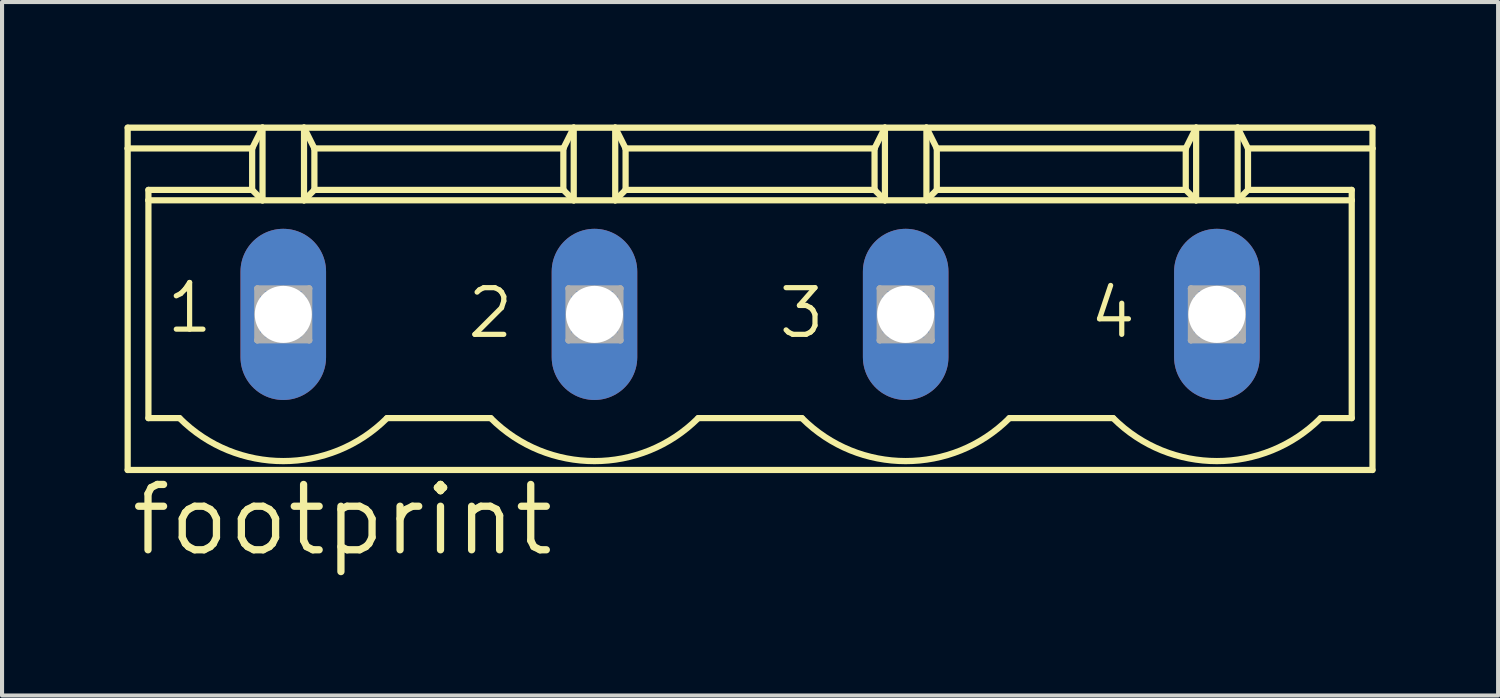
<source format=kicad_pcb>
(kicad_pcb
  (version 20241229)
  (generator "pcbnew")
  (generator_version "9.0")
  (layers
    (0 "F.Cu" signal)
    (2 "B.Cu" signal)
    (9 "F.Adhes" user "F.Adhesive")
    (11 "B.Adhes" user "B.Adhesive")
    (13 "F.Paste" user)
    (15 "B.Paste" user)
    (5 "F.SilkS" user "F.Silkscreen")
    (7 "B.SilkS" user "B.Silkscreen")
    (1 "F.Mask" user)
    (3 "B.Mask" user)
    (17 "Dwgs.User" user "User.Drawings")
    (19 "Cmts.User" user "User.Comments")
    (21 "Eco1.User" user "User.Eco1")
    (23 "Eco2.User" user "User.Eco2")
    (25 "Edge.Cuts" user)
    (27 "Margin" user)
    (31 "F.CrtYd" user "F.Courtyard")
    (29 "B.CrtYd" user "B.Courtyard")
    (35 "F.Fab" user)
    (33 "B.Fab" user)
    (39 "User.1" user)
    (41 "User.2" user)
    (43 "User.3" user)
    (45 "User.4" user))
  (footprint "footprint"
    (layer "F.Cu")
    (at 15.316 4.648)
    (property "Reference" "footprint" (at -15.24 5.969 0) (layer "F.SilkS") (effects (font (size 1.6 1.6) (thickness 0.178)) (justify left bottom)))
    (fp_line (start -15.24 -4.572) (end -11.938 -4.572) (stroke (width 0.152) (type solid)) (layer "F.SilkS"))
    (fp_line (start -15.24 -4.064) (end -15.24 -4.572) (stroke (width 0.152) (type solid)) (layer "F.SilkS"))
    (fp_line (start -15.24 -4.064) (end -12.192 -4.064) (stroke (width 0.152) (type solid)) (layer "F.SilkS"))
    (fp_line (start -15.24 3.81) (end -15.24 -4.064) (stroke (width 0.152) (type solid)) (layer "F.SilkS"))
    (fp_line (start -14.732 -3.048) (end -12.192 -3.048) (stroke (width 0.152) (type solid)) (layer "F.SilkS"))
    (fp_line (start -14.732 -2.794) (end -14.732 -3.048) (stroke (width 0.152) (type solid)) (layer "F.SilkS"))
    (fp_line (start -14.732 -2.794) (end -11.938 -2.794) (stroke (width 0.152) (type solid)) (layer "F.SilkS"))
    (fp_line (start -14.732 2.54) (end -14.732 -2.794) (stroke (width 0.152) (type solid)) (layer "F.SilkS"))
    (fp_line (start -13.97 2.54) (end -14.732 2.54) (stroke (width 0.152) (type solid)) (layer "F.SilkS"))
    (fp_line (start -12.192 -4.064) (end -11.938 -4.572) (stroke (width 0.152) (type solid)) (layer "F.SilkS"))
    (fp_line (start -12.192 -3.048) (end -12.192 -4.064) (stroke (width 0.152) (type solid)) (layer "F.SilkS"))
    (fp_line (start -12.192 -3.048) (end -11.938 -2.794) (stroke (width 0.152) (type solid)) (layer "F.SilkS"))
    (fp_line (start -11.938 -4.572) (end -10.922 -4.572) (stroke (width 0.152) (type solid)) (layer "F.SilkS"))
    (fp_line (start -11.938 -2.794) (end -11.938 -4.572) (stroke (width 0.152) (type solid)) (layer "F.SilkS"))
    (fp_line (start -11.938 -2.794) (end -10.922 -2.794) (stroke (width 0.152) (type solid)) (layer "F.SilkS"))
    (fp_line (start -10.922 -4.572) (end -10.668 -4.064) (stroke (width 0.152) (type solid)) (layer "F.SilkS"))
    (fp_line (start -10.922 -4.572) (end -4.318 -4.572) (stroke (width 0.152) (type solid)) (layer "F.SilkS"))
    (fp_line (start -10.922 -2.794) (end -10.922 -4.572) (stroke (width 0.152) (type solid)) (layer "F.SilkS"))
    (fp_line (start -10.922 -2.794) (end -4.318 -2.794) (stroke (width 0.152) (type solid)) (layer "F.SilkS"))
    (fp_line (start -10.668 -4.064) (end -10.668 -3.048) (stroke (width 0.152) (type solid)) (layer "F.SilkS"))
    (fp_line (start -10.668 -4.064) (end -4.572 -4.064) (stroke (width 0.152) (type solid)) (layer "F.SilkS"))
    (fp_line (start -10.668 -3.048) (end -10.922 -2.794) (stroke (width 0.152) (type solid)) (layer "F.SilkS"))
    (fp_line (start -6.35 2.54) (end -8.89 2.54) (stroke (width 0.152) (type solid)) (layer "F.SilkS"))
    (fp_line (start -4.572 -4.064) (end -4.572 -3.048) (stroke (width 0.152) (type solid)) (layer "F.SilkS"))
    (fp_line (start -4.572 -4.064) (end -4.318 -4.572) (stroke (width 0.152) (type solid)) (layer "F.SilkS"))
    (fp_line (start -4.572 -3.048) (end -10.668 -3.048) (stroke (width 0.152) (type solid)) (layer "F.SilkS"))
    (fp_line (start -4.572 -3.048) (end -4.318 -2.794) (stroke (width 0.152) (type solid)) (layer "F.SilkS"))
    (fp_line (start -4.318 -4.572) (end -3.302 -4.572) (stroke (width 0.152) (type solid)) (layer "F.SilkS"))
    (fp_line (start -4.318 -2.794) (end -4.318 -4.572) (stroke (width 0.152) (type solid)) (layer "F.SilkS"))
    (fp_line (start -4.318 -2.794) (end -3.302 -2.794) (stroke (width 0.152) (type solid)) (layer "F.SilkS"))
    (fp_line (start -3.302 -4.572) (end -3.048 -4.064) (stroke (width 0.152) (type solid)) (layer "F.SilkS"))
    (fp_line (start -3.302 -4.572) (end 3.302 -4.572) (stroke (width 0.152) (type solid)) (layer "F.SilkS"))
    (fp_line (start -3.302 -2.794) (end -3.302 -4.572) (stroke (width 0.152) (type solid)) (layer "F.SilkS"))
    (fp_line (start -3.302 -2.794) (end 3.302 -2.794) (stroke (width 0.152) (type solid)) (layer "F.SilkS"))
    (fp_line (start -3.048 -4.064) (end -3.048 -3.048) (stroke (width 0.152) (type solid)) (layer "F.SilkS"))
    (fp_line (start -3.048 -4.064) (end 3.048 -4.064) (stroke (width 0.152) (type solid)) (layer "F.SilkS"))
    (fp_line (start -3.048 -3.048) (end -3.302 -2.794) (stroke (width 0.152) (type solid)) (layer "F.SilkS"))
    (fp_line (start -3.048 -3.048) (end 3.048 -3.048) (stroke (width 0.152) (type solid)) (layer "F.SilkS"))
    (fp_line (start 1.27 2.54) (end -1.27 2.54) (stroke (width 0.152) (type solid)) (layer "F.SilkS"))
    (fp_line (start 3.048 -4.064) (end 3.302 -4.572) (stroke (width 0.152) (type solid)) (layer "F.SilkS"))
    (fp_line (start 3.048 -3.048) (end 3.048 -4.064) (stroke (width 0.152) (type solid)) (layer "F.SilkS"))
    (fp_line (start 3.048 -3.048) (end 3.302 -2.794) (stroke (width 0.152) (type solid)) (layer "F.SilkS"))
    (fp_line (start 3.302 -4.572) (end 4.318 -4.572) (stroke (width 0.152) (type solid)) (layer "F.SilkS"))
    (fp_line (start 3.302 -2.794) (end 3.302 -4.572) (stroke (width 0.152) (type solid)) (layer "F.SilkS"))
    (fp_line (start 3.302 -2.794) (end 4.318 -2.794) (stroke (width 0.152) (type solid)) (layer "F.SilkS"))
    (fp_line (start 4.318 -4.572) (end 4.572 -4.064) (stroke (width 0.152) (type solid)) (layer "F.SilkS"))
    (fp_line (start 4.318 -4.572) (end 10.922 -4.572) (stroke (width 0.152) (type solid)) (layer "F.SilkS"))
    (fp_line (start 4.318 -2.794) (end 4.318 -4.572) (stroke (width 0.152) (type solid)) (layer "F.SilkS"))
    (fp_line (start 4.318 -2.794) (end 10.922 -2.794) (stroke (width 0.152) (type solid)) (layer "F.SilkS"))
    (fp_line (start 4.572 -4.064) (end 4.572 -3.048) (stroke (width 0.152) (type solid)) (layer "F.SilkS"))
    (fp_line (start 4.572 -4.064) (end 10.668 -4.064) (stroke (width 0.152) (type solid)) (layer "F.SilkS"))
    (fp_line (start 4.572 -3.048) (end 4.318 -2.794) (stroke (width 0.152) (type solid)) (layer "F.SilkS"))
    (fp_line (start 8.89 2.54) (end 6.35 2.54) (stroke (width 0.152) (type solid)) (layer "F.SilkS"))
    (fp_line (start 10.668 -4.064) (end 10.668 -3.048) (stroke (width 0.152) (type solid)) (layer "F.SilkS"))
    (fp_line (start 10.668 -4.064) (end 10.922 -4.572) (stroke (width 0.152) (type solid)) (layer "F.SilkS"))
    (fp_line (start 10.668 -3.048) (end 4.572 -3.048) (stroke (width 0.152) (type solid)) (layer "F.SilkS"))
    (fp_line (start 10.668 -3.048) (end 10.922 -2.794) (stroke (width 0.152) (type solid)) (layer "F.SilkS"))
    (fp_line (start 10.922 -4.572) (end 11.938 -4.572) (stroke (width 0.152) (type solid)) (layer "F.SilkS"))
    (fp_line (start 10.922 -2.794) (end 10.922 -4.572) (stroke (width 0.152) (type solid)) (layer "F.SilkS"))
    (fp_line (start 10.922 -2.794) (end 11.938 -2.794) (stroke (width 0.152) (type solid)) (layer "F.SilkS"))
    (fp_line (start 11.938 -4.572) (end 12.192 -4.064) (stroke (width 0.152) (type solid)) (layer "F.SilkS"))
    (fp_line (start 11.938 -4.572) (end 15.24 -4.572) (stroke (width 0.152) (type solid)) (layer "F.SilkS"))
    (fp_line (start 11.938 -2.794) (end 11.938 -4.572) (stroke (width 0.152) (type solid)) (layer "F.SilkS"))
    (fp_line (start 11.938 -2.794) (end 14.732 -2.794) (stroke (width 0.152) (type solid)) (layer "F.SilkS"))
    (fp_line (start 12.192 -4.064) (end 12.192 -3.048) (stroke (width 0.152) (type solid)) (layer "F.SilkS"))
    (fp_line (start 12.192 -4.064) (end 15.24 -4.064) (stroke (width 0.152) (type solid)) (layer "F.SilkS"))
    (fp_line (start 12.192 -3.048) (end 11.938 -2.794) (stroke (width 0.152) (type solid)) (layer "F.SilkS"))
    (fp_line (start 12.192 -3.048) (end 14.732 -3.048) (stroke (width 0.152) (type solid)) (layer "F.SilkS"))
    (fp_line (start 14.732 -3.048) (end 14.732 -2.794) (stroke (width 0.152) (type solid)) (layer "F.SilkS"))
    (fp_line (start 14.732 -2.794) (end 14.732 2.54) (stroke (width 0.152) (type solid)) (layer "F.SilkS"))
    (fp_line (start 14.732 2.54) (end 13.97 2.54) (stroke (width 0.152) (type solid)) (layer "F.SilkS"))
    (fp_line (start 15.24 -4.064) (end 15.24 -4.572) (stroke (width 0.152) (type solid)) (layer "F.SilkS"))
    (fp_line (start 15.24 3.81) (end -15.24 3.81) (stroke (width 0.152) (type solid)) (layer "F.SilkS"))
    (fp_line (start 15.24 3.81) (end 15.24 -4.064) (stroke (width 0.152) (type solid)) (layer "F.SilkS"))
    (fp_arc (start -8.89 2.54) (mid -11.43 3.592102) (end -13.97 2.54) (stroke (width 0.1524) (type solid)) (layer "F.SilkS"))
    (fp_arc (start -1.27 2.54) (mid -3.81 3.592102) (end -6.35 2.54) (stroke (width 0.1524) (type solid)) (layer "F.SilkS"))
    (fp_arc (start 6.35 2.54) (mid 3.81 3.592102) (end 1.27 2.54) (stroke (width 0.1524) (type solid)) (layer "F.SilkS"))
    (fp_arc (start 13.97 2.54) (mid 11.43 3.592102) (end 8.89 2.54) (stroke (width 0.1524) (type solid)) (layer "F.SilkS"))
    (fp_line (start -12.065 -0.635) (end -12.065 0.635) (stroke (width 0.152) (type solid)) (layer "F.Fab"))
    (fp_line (start -12.065 -0.635) (end -10.795 0.635) (stroke (width 0.152) (type solid)) (layer "F.Fab"))
    (fp_line (start -12.065 0.635) (end -10.795 -0.635) (stroke (width 0.152) (type solid)) (layer "F.Fab"))
    (fp_line (start -12.065 0.635) (end -10.795 0.635) (stroke (width 0.152) (type solid)) (layer "F.Fab"))
    (fp_line (start -10.795 -0.635) (end -12.065 -0.635) (stroke (width 0.152) (type solid)) (layer "F.Fab"))
    (fp_line (start -10.795 0.635) (end -10.795 -0.635) (stroke (width 0.152) (type solid)) (layer "F.Fab"))
    (fp_line (start -4.445 -0.635) (end -4.445 0.635) (stroke (width 0.152) (type solid)) (layer "F.Fab"))
    (fp_line (start -4.445 -0.635) (end -3.175 0.635) (stroke (width 0.152) (type solid)) (layer "F.Fab"))
    (fp_line (start -4.445 0.635) (end -3.175 -0.635) (stroke (width 0.152) (type solid)) (layer "F.Fab"))
    (fp_line (start -4.445 0.635) (end -3.175 0.635) (stroke (width 0.152) (type solid)) (layer "F.Fab"))
    (fp_line (start -3.175 -0.635) (end -4.445 -0.635) (stroke (width 0.152) (type solid)) (layer "F.Fab"))
    (fp_line (start -3.175 0.635) (end -3.175 -0.635) (stroke (width 0.152) (type solid)) (layer "F.Fab"))
    (fp_line (start 3.175 -0.635) (end 3.175 0.635) (stroke (width 0.152) (type solid)) (layer "F.Fab"))
    (fp_line (start 3.175 -0.635) (end 4.445 0.635) (stroke (width 0.152) (type solid)) (layer "F.Fab"))
    (fp_line (start 3.175 0.635) (end 4.445 -0.635) (stroke (width 0.152) (type solid)) (layer "F.Fab"))
    (fp_line (start 3.175 0.635) (end 4.445 0.635) (stroke (width 0.152) (type solid)) (layer "F.Fab"))
    (fp_line (start 4.445 -0.635) (end 3.175 -0.635) (stroke (width 0.152) (type solid)) (layer "F.Fab"))
    (fp_line (start 4.445 0.635) (end 4.445 -0.635) (stroke (width 0.152) (type solid)) (layer "F.Fab"))
    (fp_line (start 10.795 -0.635) (end 10.795 0.635) (stroke (width 0.152) (type solid)) (layer "F.Fab"))
    (fp_line (start 10.795 -0.635) (end 12.065 0.635) (stroke (width 0.152) (type solid)) (layer "F.Fab"))
    (fp_line (start 10.795 0.635) (end 12.065 -0.635) (stroke (width 0.152) (type solid)) (layer "F.Fab"))
    (fp_line (start 10.795 0.635) (end 12.065 0.635) (stroke (width 0.152) (type solid)) (layer "F.Fab"))
    (fp_line (start 12.065 -0.635) (end 10.795 -0.635) (stroke (width 0.152) (type solid)) (layer "F.Fab"))
    (fp_line (start 12.065 0.635) (end 12.065 -0.635) (stroke (width 0.152) (type solid)) (layer "F.Fab"))
    (fp_text user "1" (at -14.351 0.508 0) (layer "F.SilkS") (effects (font (size 1.143 1.143) (thickness 0.127)) (justify left bottom)))
    (fp_text user "3" (at 0.635 0.635 0) (layer "F.SilkS") (effects (font (size 1.143 1.143) (thickness 0.127)) (justify left bottom)))
    (fp_text user "4" (at 8.255 0.635 0) (layer "F.SilkS") (effects (font (size 1.143 1.143) (thickness 0.127)) (justify left bottom)))
    (fp_text user "2" (at -6.985 0.635 0) (layer "F.SilkS") (effects (font (size 1.143 1.143) (thickness 0.127)) (justify left bottom)))
    (pad "1" thru_hole oval (at -11.43 0 90) (size 4.191 2.095) (drill 1.397) (layers "*.Cu" "*.Mask"))
    (pad "2" thru_hole oval (at -3.81 0 90) (size 4.191 2.095) (drill 1.397) (layers "*.Cu" "*.Mask"))
    (pad "3" thru_hole oval (at 3.81 0 90) (size 4.191 2.095) (drill 1.397) (layers "*.Cu" "*.Mask"))
    (pad "4" thru_hole oval (at 11.43 0 90) (size 4.191 2.095) (drill 1.397) (layers "*.Cu" "*.Mask")))
  (gr_rect
    (start -3 -3)
    (end 33.632 13.98)
    (stroke (width 0.1) (type default))
    (fill no)
    (layer "Edge.Cuts")))
</source>
